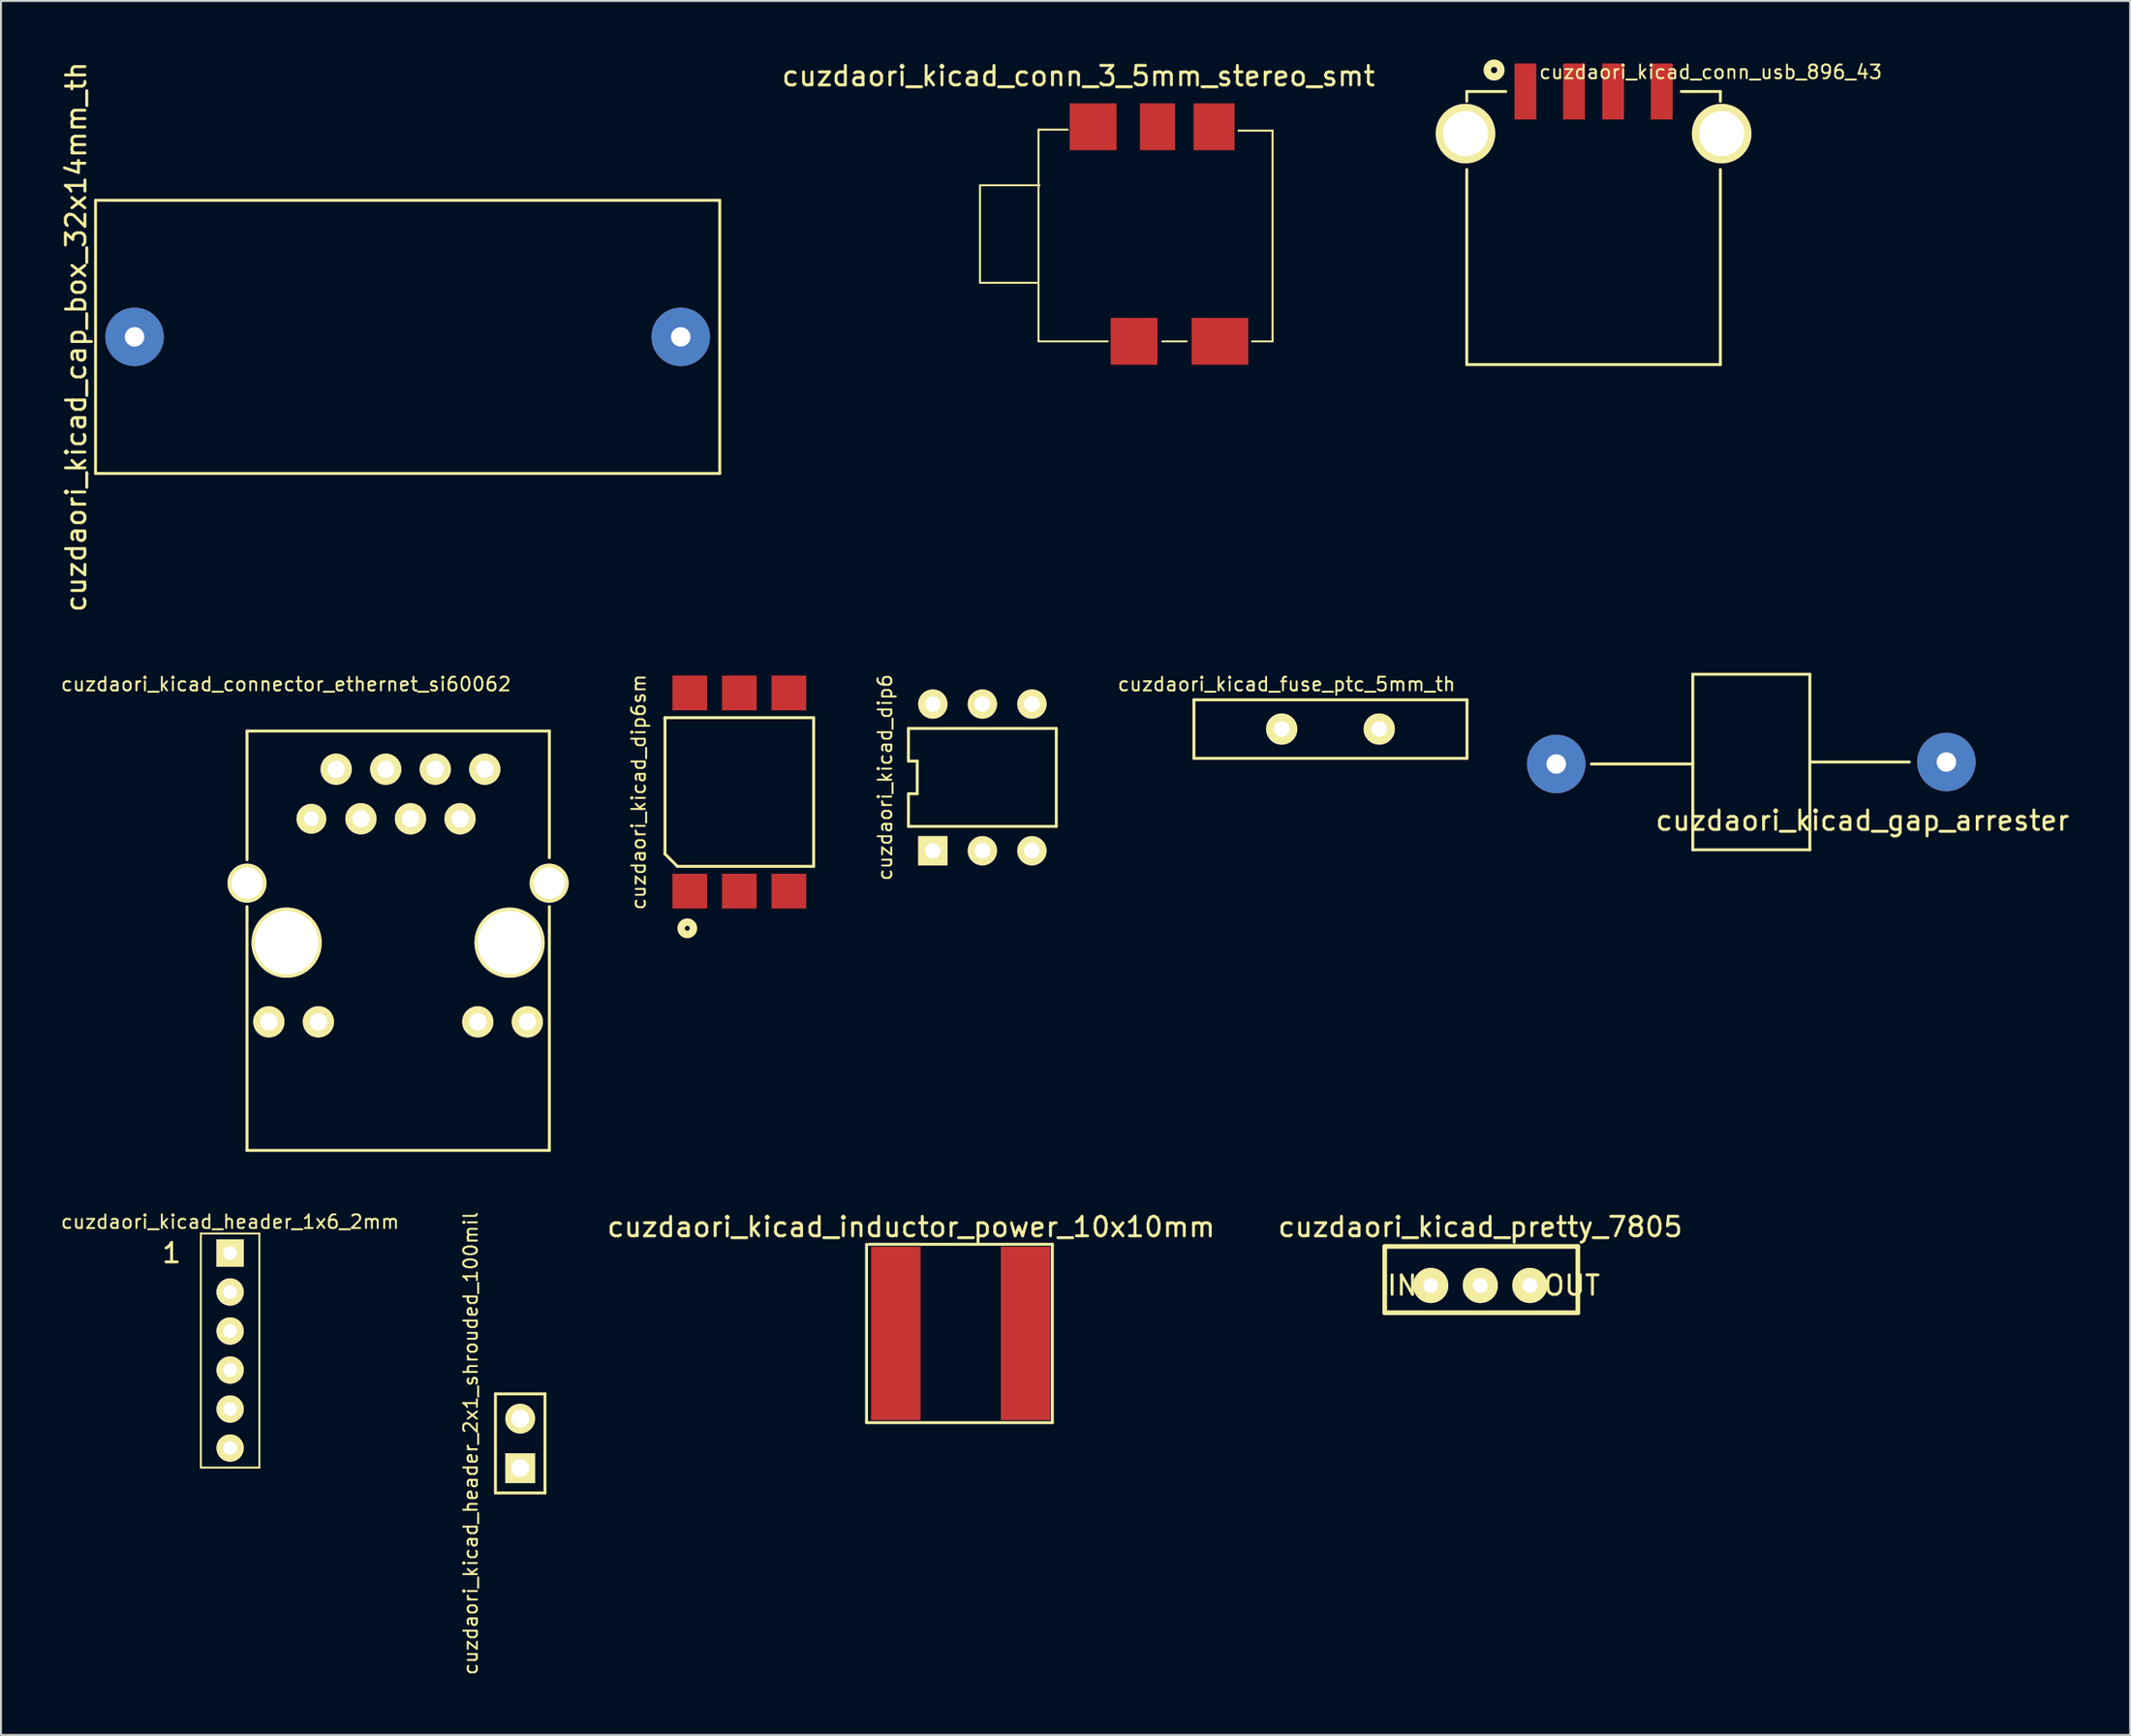
<source format=kicad_pcb>
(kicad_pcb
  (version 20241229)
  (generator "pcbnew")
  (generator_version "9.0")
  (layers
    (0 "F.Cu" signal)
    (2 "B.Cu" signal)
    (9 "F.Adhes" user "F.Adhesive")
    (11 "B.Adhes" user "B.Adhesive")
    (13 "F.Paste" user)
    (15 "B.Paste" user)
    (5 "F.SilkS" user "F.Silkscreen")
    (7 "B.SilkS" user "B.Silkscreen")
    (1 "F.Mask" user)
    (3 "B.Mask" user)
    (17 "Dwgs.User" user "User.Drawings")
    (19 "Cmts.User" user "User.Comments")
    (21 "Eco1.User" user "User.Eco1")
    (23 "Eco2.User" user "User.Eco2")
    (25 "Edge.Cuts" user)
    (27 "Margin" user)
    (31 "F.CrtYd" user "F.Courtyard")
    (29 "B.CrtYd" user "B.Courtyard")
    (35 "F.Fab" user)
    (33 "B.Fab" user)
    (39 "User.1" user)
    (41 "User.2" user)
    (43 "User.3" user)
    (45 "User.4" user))
  (footprint "cuzdaori_kicad_cap_box_32x14mm_th"
    (layer "F.Cu")
    (at 17.848 14.22)
    (property "Reference" "cuzdaori_kicad_cap_box_32x14mm_th" (at -17 0 90) (layer "F.SilkS") (effects (font (size 1 1) (thickness 0.15))))
    (attr through_hole)
    (fp_line (start -16 -7) (end 16 -7) (stroke (width 0.15) (type solid)) (layer "F.SilkS"))
    (fp_line (start -16 7) (end -16 -7) (stroke (width 0.15) (type solid)) (layer "F.SilkS"))
    (fp_line (start 16 -7) (end 16 7) (stroke (width 0.15) (type solid)) (layer "F.SilkS"))
    (fp_line (start 16 7) (end -16 7) (stroke (width 0.15) (type solid)) (layer "F.SilkS"))
    (pad "1" thru_hole circle (at -14 0) (size 3 3) (drill 1) (layers "*.Cu" "*.Mask"))
    (pad "2" thru_hole circle (at 14 0) (size 3 3) (drill 1) (layers "*.Cu" "*.Mask")))
  (footprint "cuzdaori_kicad_dip6sm"
    (layer "F.Cu")
    (at 34.851 37.554)
    (property "Reference" "cuzdaori_kicad_dip6sm" (at -5.162 0 90) (layer "F.SilkS") (effects (font (size 0.7 0.7) (thickness 0.1))))
    (attr through_hole)
    (fp_line (start -3.81 -3.81) (end 3.81 -3.81) (stroke (width 0.15) (type solid)) (layer "F.SilkS"))
    (fp_line (start -3.81 3.175) (end -3.81 -3.81) (stroke (width 0.15) (type solid)) (layer "F.SilkS"))
    (fp_line (start -3.175 3.81) (end -3.81 3.175) (stroke (width 0.15) (type solid)) (layer "F.SilkS"))
    (fp_line (start 3.81 -3.81) (end 3.81 3.81) (stroke (width 0.15) (type solid)) (layer "F.SilkS"))
    (fp_line (start 3.81 3.81) (end -3.175 3.81) (stroke (width 0.15) (type solid)) (layer "F.SilkS"))
    (fp_circle (center -2.667 6.985) (end -2.54 6.985) (stroke (width 0.381) (type solid)) (fill no) (layer "F.SilkS"))
    (pad "1" smd rect (at -2.54 5.08) (size 1.778 1.778) (layers "F.Cu" "F.Mask" "F.Paste"))
    (pad "2" smd rect (at 0 5.08) (size 1.778 1.778) (layers "F.Cu" "F.Mask" "F.Paste"))
    (pad "3" smd rect (at 2.54 5.08) (size 1.778 1.778) (layers "F.Cu" "F.Mask" "F.Paste"))
    (pad "4" smd rect (at 2.54 -5.08) (size 1.778 1.778) (layers "F.Cu" "F.Mask" "F.Paste"))
    (pad "5" smd rect (at 0 -5.08) (size 1.778 1.778) (layers "F.Cu" "F.Mask" "F.Paste"))
    (pad "6" smd rect (at -2.54 -5.08) (size 1.778 1.778) (layers "F.Cu" "F.Mask" "F.Paste")))
  (footprint "cuzdaori_kicad_connector_ethernet_si60062"
    (layer "F.Cu")
    (at 12.913 38.925)
    (property "Reference" "cuzdaori_kicad_connector_ethernet_si60062" (at -1.3 -6.9 0) (layer "F.SilkS") (effects (font (size 0.7 0.7) (thickness 0.1))))
    (attr through_hole)
    (fp_line (start -3.3 -4.5) (end -3.3 2.1) (stroke (width 0.15) (type solid)) (layer "F.SilkS"))
    (fp_line (start -3.3 4.5) (end -3.3 17) (stroke (width 0.15) (type solid)) (layer "F.SilkS"))
    (fp_line (start -3.3 17) (end 12.2 17) (stroke (width 0.15) (type solid)) (layer "F.SilkS"))
    (fp_line (start 12.2 -4.5) (end -3.3 -4.5) (stroke (width 0.15) (type solid)) (layer "F.SilkS"))
    (fp_line (start 12.2 2) (end 12.2 -4.5) (stroke (width 0.15) (type solid)) (layer "F.SilkS"))
    (fp_line (start 12.2 17) (end 12.2 4.5) (stroke (width 0.15) (type solid)) (layer "F.SilkS"))
    (pad "1" thru_hole circle (at 0 0) (size 1.524 1.524) (drill 0.762) (layers "*.Cu" "*.Mask" "F.SilkS"))
    (pad "2" thru_hole circle (at 1.27 -2.54) (size 1.6 1.6) (drill 0.89) (layers "*.Cu" "*.Mask" "F.SilkS"))
    (pad "3" thru_hole circle (at 2.54 0) (size 1.6 1.6) (drill 0.89) (layers "*.Cu" "*.Mask" "F.SilkS"))
    (pad "4" thru_hole circle (at 3.81 -2.54) (size 1.6 1.6) (drill 0.89) (layers "*.Cu" "*.Mask" "F.SilkS"))
    (pad "5" thru_hole circle (at 5.08 0) (size 1.6 1.6) (drill 0.89) (layers "*.Cu" "*.Mask" "F.SilkS"))
    (pad "6" thru_hole circle (at 6.35 -2.54) (size 1.6 1.6) (drill 0.89) (layers "*.Cu" "*.Mask" "F.SilkS"))
    (pad "7" thru_hole circle (at 7.62 0) (size 1.6 1.6) (drill 0.89) (layers "*.Cu" "*.Mask" "F.SilkS"))
    (pad "8" thru_hole circle (at 8.89 -2.54) (size 1.6 1.6) (drill 0.89) (layers "*.Cu" "*.Mask" "F.SilkS"))
    (pad "9" thru_hole circle (at -2.18 10.41) (size 1.6 1.6) (drill 0.89) (layers "*.Cu" "*.Mask" "F.SilkS"))
    (pad "10" thru_hole circle (at 0.36 10.41) (size 1.6 1.6) (drill 0.89) (layers "*.Cu" "*.Mask" "F.SilkS"))
    (pad "11" thru_hole circle (at 8.53 10.41) (size 1.6 1.6) (drill 0.89) (layers "*.Cu" "*.Mask" "F.SilkS"))
    (pad "12" thru_hole circle (at 11.07 10.41) (size 1.6 1.6) (drill 0.89) (layers "*.Cu" "*.Mask" "F.SilkS"))
    (pad "13" thru_hole circle (at -1.27 6.35) (size 3.6 3.6) (drill 3.25) (layers "*.Cu" "*.Mask" "F.SilkS"))
    (pad "14" thru_hole circle (at 10.16 6.35) (size 3.6 3.6) (drill 3.25) (layers "*.Cu" "*.Mask" "F.SilkS"))
    (pad "15" thru_hole circle (at -3.3 3.3) (size 2 2) (drill 1.6) (layers "*.Cu" "*.Mask" "F.SilkS"))
    (pad "16" thru_hole circle (at 12.19 3.3) (size 2 2) (drill 1.6) (layers "*.Cu" "*.Mask" "F.SilkS")))
  (footprint "cuzdaori_kicad_header_1x6_2mm"
    (layer "F.Cu")
    (at 8.747 61.185)
    (property "Reference" "cuzdaori_kicad_header_1x6_2mm" (at 0 -1.6 0) (layer "F.SilkS") (effects (font (size 0.7 0.7) (thickness 0.1))))
    (attr through_hole)
    (fp_line (start -1.5 11) (end -1.5 -1) (stroke (width 0.1) (type solid)) (layer "F.SilkS"))
    (fp_line (start -1.5 11) (end 1.5 11) (stroke (width 0.1) (type solid)) (layer "F.SilkS"))
    (fp_line (start 1.5 -1) (end -1.5 -1) (stroke (width 0.1) (type solid)) (layer "F.SilkS"))
    (fp_line (start 1.5 -1) (end 1.5 11) (stroke (width 0.1) (type solid)) (layer "F.SilkS"))
    (fp_text user "1" (at -3 0 0) (layer "F.SilkS") (effects (font (size 1 1) (thickness 0.15))))
    (pad "1" thru_hole rect (at 0 0) (size 1.4 1.4) (drill 0.7) (layers "*.Cu" "*.Mask" "F.SilkS"))
    (pad "2" thru_hole circle (at 0 2) (size 1.4 1.4) (drill 0.7) (layers "*.Cu" "*.Mask" "F.SilkS"))
    (pad "3" thru_hole circle (at 0 4) (size 1.4 1.4) (drill 0.7) (layers "*.Cu" "*.Mask" "F.SilkS"))
    (pad "4" thru_hole circle (at 0 6) (size 1.4 1.4) (drill 0.7) (layers "*.Cu" "*.Mask" "F.SilkS"))
    (pad "5" thru_hole circle (at 0 8) (size 1.4 1.4) (drill 0.7) (layers "*.Cu" "*.Mask" "F.SilkS"))
    (pad "6" thru_hole circle (at 0 10) (size 1.4 1.4) (drill 0.7) (layers "*.Cu" "*.Mask" "F.SilkS")))
  (footprint "cuzdaori_kicad_pretty_7805"
    (layer "F.Cu")
    (at 72.838 62.849)
    (property "Reference" "cuzdaori_kicad_pretty_7805" (at 0 -3 0) (layer "F.SilkS") (effects (font (size 1 1) (thickness 0.15))))
    (attr through_hole)
    (fp_line (start -4.9 -2) (end -4.9 1.4) (stroke (width 0.24) (type solid)) (layer "F.SilkS"))
    (fp_line (start -4.9 1.4) (end 5 1.4) (stroke (width 0.24) (type solid)) (layer "F.SilkS"))
    (fp_line (start 5 -2) (end -4.9 -2) (stroke (width 0.24) (type solid)) (layer "F.SilkS"))
    (fp_line (start 5 1.4) (end 5 -2) (stroke (width 0.24) (type solid)) (layer "F.SilkS"))
    (fp_text user "OUT" (at 4.7 0 0) (layer "F.SilkS") (effects (font (size 1 1) (thickness 0.15))))
    (fp_text user "IN" (at -4 0 0) (layer "F.SilkS") (effects (font (size 1 1) (thickness 0.15))))
    (pad "1" thru_hole circle (at -2.54 0) (size 1.8 1.8) (drill 0.762) (layers "*.Cu" "*.Mask" "F.SilkS"))
    (pad "2" thru_hole circle (at 0 0) (size 1.8 1.8) (drill 0.762) (layers "*.Cu" "*.Mask" "F.SilkS"))
    (pad "3" thru_hole circle (at 2.54 0) (size 1.8 1.8) (drill 0.762) (layers "*.Cu" "*.Mask" "F.SilkS")))
  (footprint "cuzdaori_kicad_gap_arrester"
    (layer "F.Cu")
    (at 86.731 36.015)
    (property "Reference" "cuzdaori_kicad_gap_arrester" (at 5.7 3 0) (layer "F.SilkS") (effects (font (size 1 1) (thickness 0.15))))
    (attr through_hole)
    (fp_line (start -8.2 0.1) (end -3 0.1) (stroke (width 0.15) (type solid)) (layer "F.SilkS"))
    (fp_line (start -3 -4.5) (end 3 -4.5) (stroke (width 0.15) (type solid)) (layer "F.SilkS"))
    (fp_line (start -3 4.5) (end -3 -4.5) (stroke (width 0.15) (type solid)) (layer "F.SilkS"))
    (fp_line (start 3 -4.5) (end 3 4.5) (stroke (width 0.15) (type solid)) (layer "F.SilkS"))
    (fp_line (start 3 4.5) (end -3 4.5) (stroke (width 0.15) (type solid)) (layer "F.SilkS"))
    (fp_line (start 8.1 0) (end 3 0) (stroke (width 0.15) (type solid)) (layer "F.SilkS"))
    (pad "1" thru_hole circle (at -10 0.1) (size 3 3) (drill 1) (layers "*.Cu" "*.Mask"))
    (pad "2" thru_hole circle (at 10 0) (size 3 3) (drill 1) (layers "*.Cu" "*.Mask")))
  (footprint "cuzdaori_kicad_dip6"
    (layer "F.Cu")
    (at 47.311 36.804)
    (property "Reference" "cuzdaori_kicad_dip6" (at -4.99 0 90) (layer "F.SilkS") (effects (font (size 0.7 0.7) (thickness 0.1))))
    (attr through_hole)
    (fp_line (start -3.79 -2.51) (end -3.79 -0.837) (stroke (width 0.15) (type solid)) (layer "F.SilkS"))
    (fp_line (start -3.79 -0.837) (end -3.34 -0.837) (stroke (width 0.15) (type solid)) (layer "F.SilkS"))
    (fp_line (start -3.79 0.837) (end -3.79 2.51) (stroke (width 0.15) (type solid)) (layer "F.SilkS"))
    (fp_line (start -3.79 2.51) (end 3.79 2.51) (stroke (width 0.15) (type solid)) (layer "F.SilkS"))
    (fp_line (start -3.34 -0.837) (end -3.34 0.837) (stroke (width 0.15) (type solid)) (layer "F.SilkS"))
    (fp_line (start -3.34 0.837) (end -3.79 0.837) (stroke (width 0.15) (type solid)) (layer "F.SilkS"))
    (fp_line (start 3.79 -2.51) (end -3.79 -2.51) (stroke (width 0.15) (type solid)) (layer "F.SilkS"))
    (fp_line (start 3.79 2.51) (end 3.79 -2.51) (stroke (width 0.15) (type solid)) (layer "F.SilkS"))
    (pad "1" thru_hole rect (at -2.54 3.76) (size 1.5 1.5) (drill 0.8) (layers "*.Cu" "*.Mask" "F.SilkS"))
    (pad "2" thru_hole circle (at 0 3.76) (size 1.5 1.5) (drill 0.8) (layers "*.Cu" "*.Mask" "F.SilkS"))
    (pad "3" thru_hole circle (at 2.54 3.76) (size 1.5 1.5) (drill 0.8) (layers "*.Cu" "*.Mask" "F.SilkS"))
    (pad "4" thru_hole circle (at 2.54 -3.76) (size 1.5 1.5) (drill 0.8) (layers "*.Cu" "*.Mask" "F.SilkS"))
    (pad "5" thru_hole circle (at 0 -3.76) (size 1.5 1.5) (drill 0.8) (layers "*.Cu" "*.Mask" "F.SilkS"))
    (pad "6" thru_hole circle (at -2.54 -3.76) (size 1.5 1.5) (drill 0.8) (layers "*.Cu" "*.Mask" "F.SilkS")))
  (footprint "cuzdaori_kicad_inductor_power_10x10mm"
    (layer "F.Cu")
    (at 46.2 65.31)
    (property "Reference" "cuzdaori_kicad_inductor_power_10x10mm" (at -2.54 -5.461 0) (layer "F.SilkS") (effects (font (size 1 1) (thickness 0.15))))
    (attr through_hole)
    (fp_line (start -4.826 4.572) (end -4.826 -4.572) (stroke (width 0.15) (type solid)) (layer "F.SilkS"))
    (fp_line (start -4.699 -4.572) (end 4.699 -4.572) (stroke (width 0.15) (type solid)) (layer "F.SilkS"))
    (fp_line (start 4.699 -4.572) (end 4.699 4.572) (stroke (width 0.15) (type solid)) (layer "F.SilkS"))
    (fp_line (start 4.699 4.572) (end -4.826 4.572) (stroke (width 0.15) (type solid)) (layer "F.SilkS"))
    (pad "1" smd rect (at -3.327 0) (size 2.54 8.89) (layers "F.Cu" "F.Mask" "F.Paste"))
    (pad "2" smd rect (at 3.327 0) (size 2.54 8.89) (layers "F.Cu" "F.Mask" "F.Paste")))
  (footprint "cuzdaori_kicad_conn_3_5mm_stereo_smt"
    (layer "F.Cu")
    (at 50.189 8.948)
    (property "Reference" "cuzdaori_kicad_conn_3_5mm_stereo_smt" (at 2.05 -8.1 0) (layer "F.SilkS") (effects (font (size 1 1) (thickness 0.15))))
    (attr through_hole)
    (fp_line (start -3 -2.5) (end -3 2.5) (stroke (width 0.1) (type solid)) (layer "F.SilkS"))
    (fp_line (start -3 2.5) (end 0 2.5) (stroke (width 0.1) (type solid)) (layer "F.SilkS"))
    (fp_line (start 0 -5.35) (end 0 5.5) (stroke (width 0.1) (type solid)) (layer "F.SilkS"))
    (fp_line (start 0 5.5) (end 3.55 5.5) (stroke (width 0.1) (type solid)) (layer "F.SilkS"))
    (fp_line (start 0.05 -2.5) (end -3 -2.5) (stroke (width 0.1) (type solid)) (layer "F.SilkS"))
    (fp_line (start 1.5 -5.35) (end 0 -5.35) (stroke (width 0.1) (type solid)) (layer "F.SilkS"))
    (fp_line (start 6.35 5.5) (end 7.6 5.5) (stroke (width 0.1) (type solid)) (layer "F.SilkS"))
    (fp_line (start 10.95 5.5) (end 12 5.5) (stroke (width 0.1) (type solid)) (layer "F.SilkS"))
    (fp_line (start 12 -5.3) (end 10.25 -5.3) (stroke (width 0.1) (type solid)) (layer "F.SilkS"))
    (fp_line (start 12 5.5) (end 12 -5.3) (stroke (width 0.1) (type solid)) (layer "F.SilkS"))
    (pad "1" smd rect (at 2.8 -5.5) (size 2.4 2.4) (layers "F.Cu" "F.Mask" "F.Paste"))
    (pad "2" smd rect (at 9.3 5.5) (size 2.9 2.4) (layers "F.Cu" "F.Mask" "F.Paste"))
    (pad "3" smd rect (at 9 -5.5) (size 2.1 2.4) (layers "F.Cu" "F.Mask" "F.Paste"))
    (pad "5" smd rect (at 6.1 -5.5) (size 1.8 2.4) (layers "F.Cu" "F.Mask" "F.Paste"))
    (pad "10" smd rect (at 4.9 5.5) (size 2.4 2.4) (layers "F.Cu" "F.Mask" "F.Paste")))
  (footprint "cuzdaori_kicad_fuse_ptc_5mm_th"
    (layer "F.Cu")
    (at 65.156 34.325)
    (property "Reference" "cuzdaori_kicad_fuse_ptc_5mm_th" (at -2.25 -2.3 0) (layer "F.SilkS") (effects (font (size 0.7 0.7) (thickness 0.1))))
    (attr through_hole)
    (fp_line (start -7 -1.5) (end 7 -1.5) (stroke (width 0.15) (type solid)) (layer "F.SilkS"))
    (fp_line (start -7 1.5) (end -7 -1.5) (stroke (width 0.15) (type solid)) (layer "F.SilkS"))
    (fp_line (start 7 -1.5) (end 7 1.5) (stroke (width 0.15) (type solid)) (layer "F.SilkS"))
    (fp_line (start 7 1.5) (end -7 1.5) (stroke (width 0.15) (type solid)) (layer "F.SilkS"))
    (pad "1" thru_hole circle (at -2.5 0) (size 1.6 1.6) (drill 0.8) (layers "*.Cu" "*.Mask" "F.SilkS"))
    (pad "2" thru_hole circle (at 2.5 0) (size 1.6 1.6) (drill 0.8) (layers "*.Cu" "*.Mask" "F.SilkS")))
  (footprint "cuzdaori_kicad_header_2x1_shrouded_100mil"
    (layer "F.Cu")
    (at 23.618 72.217)
    (property "Reference" "cuzdaori_kicad_header_2x1_shrouded_100mil" (at -2.54 -1.27 90) (layer "F.SilkS") (effects (font (size 0.7 0.7) (thickness 0.1))))
    (attr through_hole)
    (fp_line (start -1.27 -3.81) (end 1.27 -3.81) (stroke (width 0.15) (type solid)) (layer "F.SilkS"))
    (fp_line (start -1.27 1.27) (end -1.27 -3.81) (stroke (width 0.15) (type solid)) (layer "F.SilkS"))
    (fp_line (start 1.27 -3.81) (end 1.27 1.27) (stroke (width 0.15) (type solid)) (layer "F.SilkS"))
    (fp_line (start 1.27 1.27) (end -1.27 1.27) (stroke (width 0.15) (type solid)) (layer "F.SilkS"))
    (pad "1" thru_hole rect (at 0 0) (size 1.524 1.524) (drill 0.914) (layers "*.Cu" "*.Mask" "F.SilkS"))
    (pad "2" thru_hole circle (at 0 -2.54) (size 1.524 1.524) (drill 0.914) (layers "*.Cu" "*.Mask" "F.SilkS")))
  (footprint "cuzdaori_kicad_conn_usb_896_43"
    (layer "F.Cu")
    (at 78.644 1.641)
    (property "Reference" "cuzdaori_kicad_conn_usb_896_43" (at 6 -1 0) (layer "F.SilkS") (effects (font (size 0.7 0.7) (thickness 0.1))))
    (attr through_hole)
    (fp_line (start -6.5 0) (end -6.5 0.5) (stroke (width 0.15) (type solid)) (layer "F.SilkS"))
    (fp_line (start -6.5 4) (end -6.5 14) (stroke (width 0.15) (type solid)) (layer "F.SilkS"))
    (fp_line (start -6.5 14) (end 6.5 14) (stroke (width 0.15) (type solid)) (layer "F.SilkS"))
    (fp_line (start -4.5 0) (end -6.5 0) (stroke (width 0.15) (type solid)) (layer "F.SilkS"))
    (fp_line (start 4.5 0) (end 6.5 0) (stroke (width 0.15) (type solid)) (layer "F.SilkS"))
    (fp_line (start 6.5 0) (end 6.5 0.5) (stroke (width 0.15) (type solid)) (layer "F.SilkS"))
    (fp_line (start 6.5 14) (end 6.5 4) (stroke (width 0.15) (type solid)) (layer "F.SilkS"))
    (fp_circle (center -5.1 -1.1) (end -4.75 -1.1) (stroke (width 0.381) (type solid)) (fill no) (layer "F.SilkS"))
    (pad "1" smd rect (at -3.493 0) (size 1.118 2.87) (layers "F.Cu" "F.Mask" "F.Paste"))
    (pad "2" smd rect (at -1.003 0) (size 1.118 2.87) (layers "F.Cu" "F.Mask" "F.Paste"))
    (pad "3" smd rect (at 1.003 0) (size 1.118 2.87) (layers "F.Cu" "F.Mask" "F.Paste"))
    (pad "4" smd rect (at 3.493 0) (size 1.118 2.87) (layers "F.Cu" "F.Mask" "F.Paste"))
    (pad "5" thru_hole circle (at -6.566 2.159) (size 3.048 3.048) (drill 2.311) (layers "*.Cu" "*.Mask" "F.SilkS"))
    (pad "6" thru_hole circle (at 6.566 2.159) (size 3.048 3.048) (drill 2.311) (layers "*.Cu" "*.Mask" "F.SilkS")))
  (gr_rect
    (start -3 -3)
    (end 106.151 85.894)
    (stroke (width 0.1) (type default))
    (fill no)
    (layer "Edge.Cuts")))
</source>
